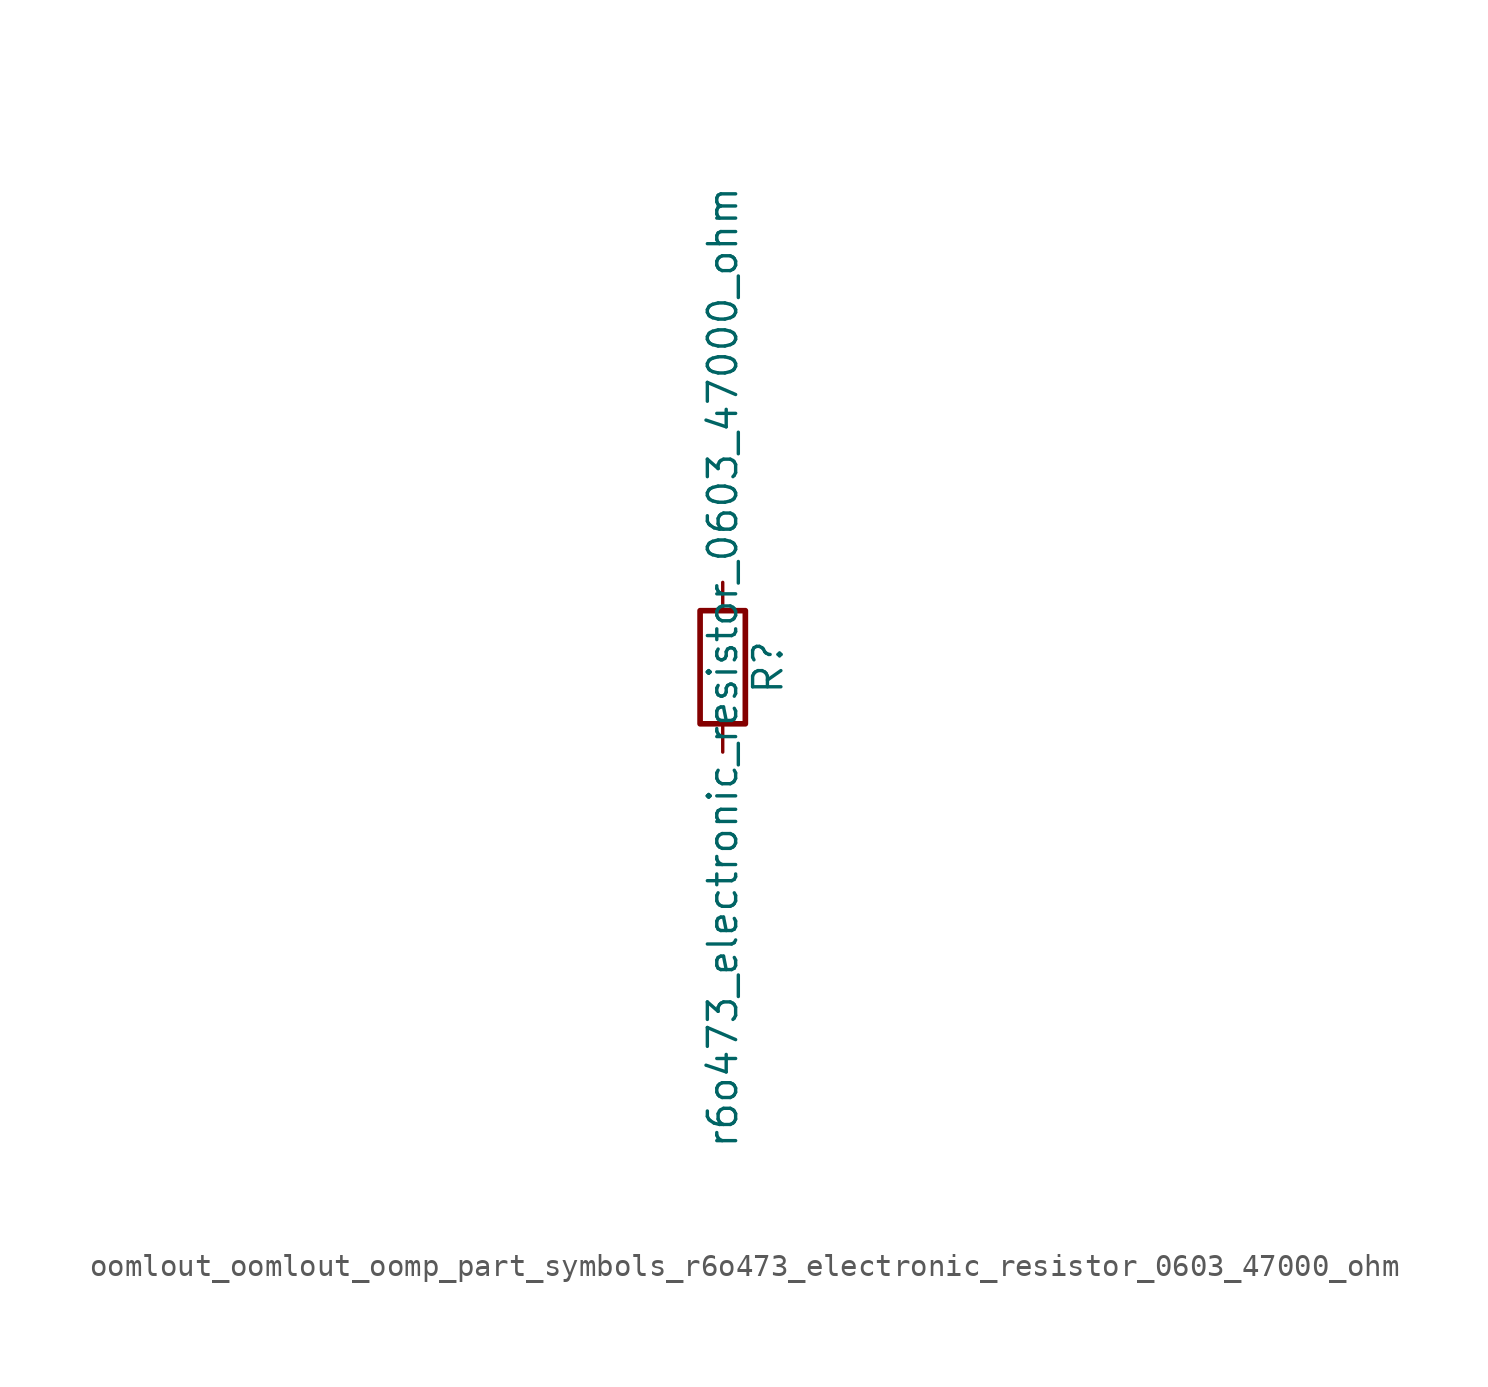
<source format=kicad_sym>
(kicad_symbol_lib
  (version 20220914)
  (generator kicad_symbol_editor)
  (symbol "oomlout_oomlout_oomp_part_symbols_r6o473_electronic_resistor_0603_47000_ohm"
    (pin_numbers hide)
    (pin_names
      (offset 0))
    (property "Reference" "R"
      (at 2.032 0 90)
      (effects (font (size 1.27 1.27))))
    (property "Value" "r6o473_electronic_resistor_0603_47000_ohm"
      (at 0 0 90)
      (effects (font (size 1.27 1.27))))
    (symbol "oomlout_oomlout_oomp_part_symbols_r6o473_electronic_resistor_0603_47000_ohm_0_1"
      (rectangle (start -1.016 -2.54) (end 1.016 2.54) (stroke (width 0.254) (type default)) (fill (type none))))
    (symbol "oomlout_oomlout_oomp_part_symbols_r6o473_electronic_resistor_0603_47000_ohm_1_1"
      (pin passive line (at 0 3.81 270) (length 1.27) (name "~" (effects (font (size 1.27 1.27)))) (number "1" (effects (font (size 1.27 1.27)))))
      (pin passive line (at 0 -3.81 90) (length 1.27) (name "~" (effects (font (size 1.27 1.27)))) (number "2" (effects (font (size 1.27 1.27))))))))
</source>
